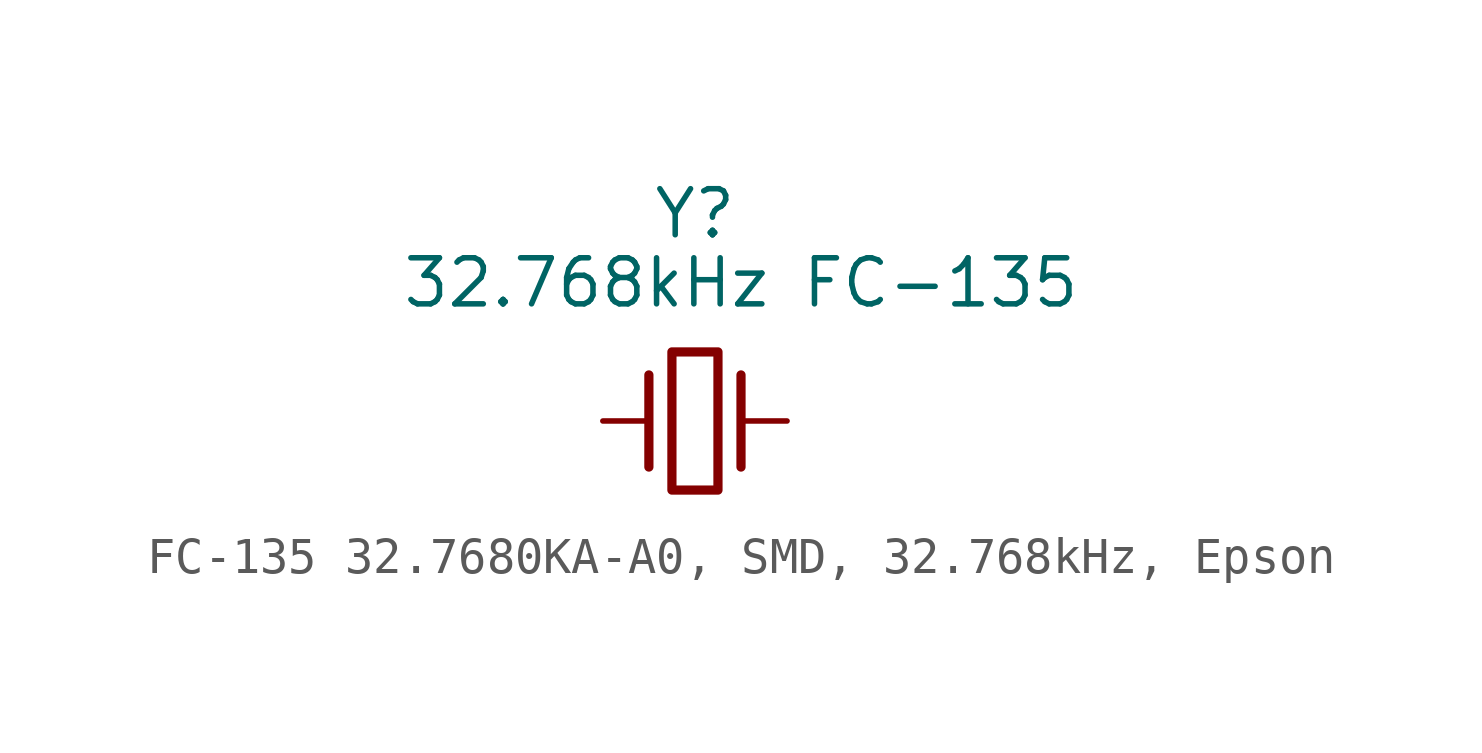
<source format=kicad_sym>
(kicad_symbol_lib
  (version 20241209)
  (generator "kicad_symbol_editor")
  (generator_version "9.0")
  (symbol "FC-135 32.7680KA-A0, SMD, 32.768kHz, Epson"
    (pin_numbers
      (hide yes))
    (pin_names
      (offset 0)
      (hide yes))
    (property "Reference" "Y"
      (at 0 5.715 0)
      (effects (font (size 1.27 1.27))))
    (property "Value" "32.768kHz FC-135"
      (at 1.27 3.81 0)
      (effects (font (size 1.27 1.27))))
    (symbol "FC-135 32.7680KA-A0, SMD, 32.768kHz, Epson_0_1"
      (polyline (pts (xy -1.27 1.27) (xy -1.27 -1.27)) (stroke (width 0.254) (type default)) (fill (type none)))
      (rectangle (start -0.635 -1.905) (end 0.635 1.905) (stroke (width 0.254) (type default)) (fill (type none)))
      (polyline (pts (xy 1.27 1.27) (xy 1.27 -1.27)) (stroke (width 0.254) (type default)) (fill (type none))))
    (symbol "FC-135 32.7680KA-A0, SMD, 32.768kHz, Epson_1_1"
      (pin passive line (at -2.54 0 0) (length 1.27) (name "1" (effects (font (size 1.27 1.27)))) (number "1" (effects (font (size 1.27 1.27)))))
      (pin passive line (at 2.54 0 180) (length 1.27) (name "2" (effects (font (size 1.27 1.27)))) (number "2" (effects (font (size 1.27 1.27))))))))
</source>
